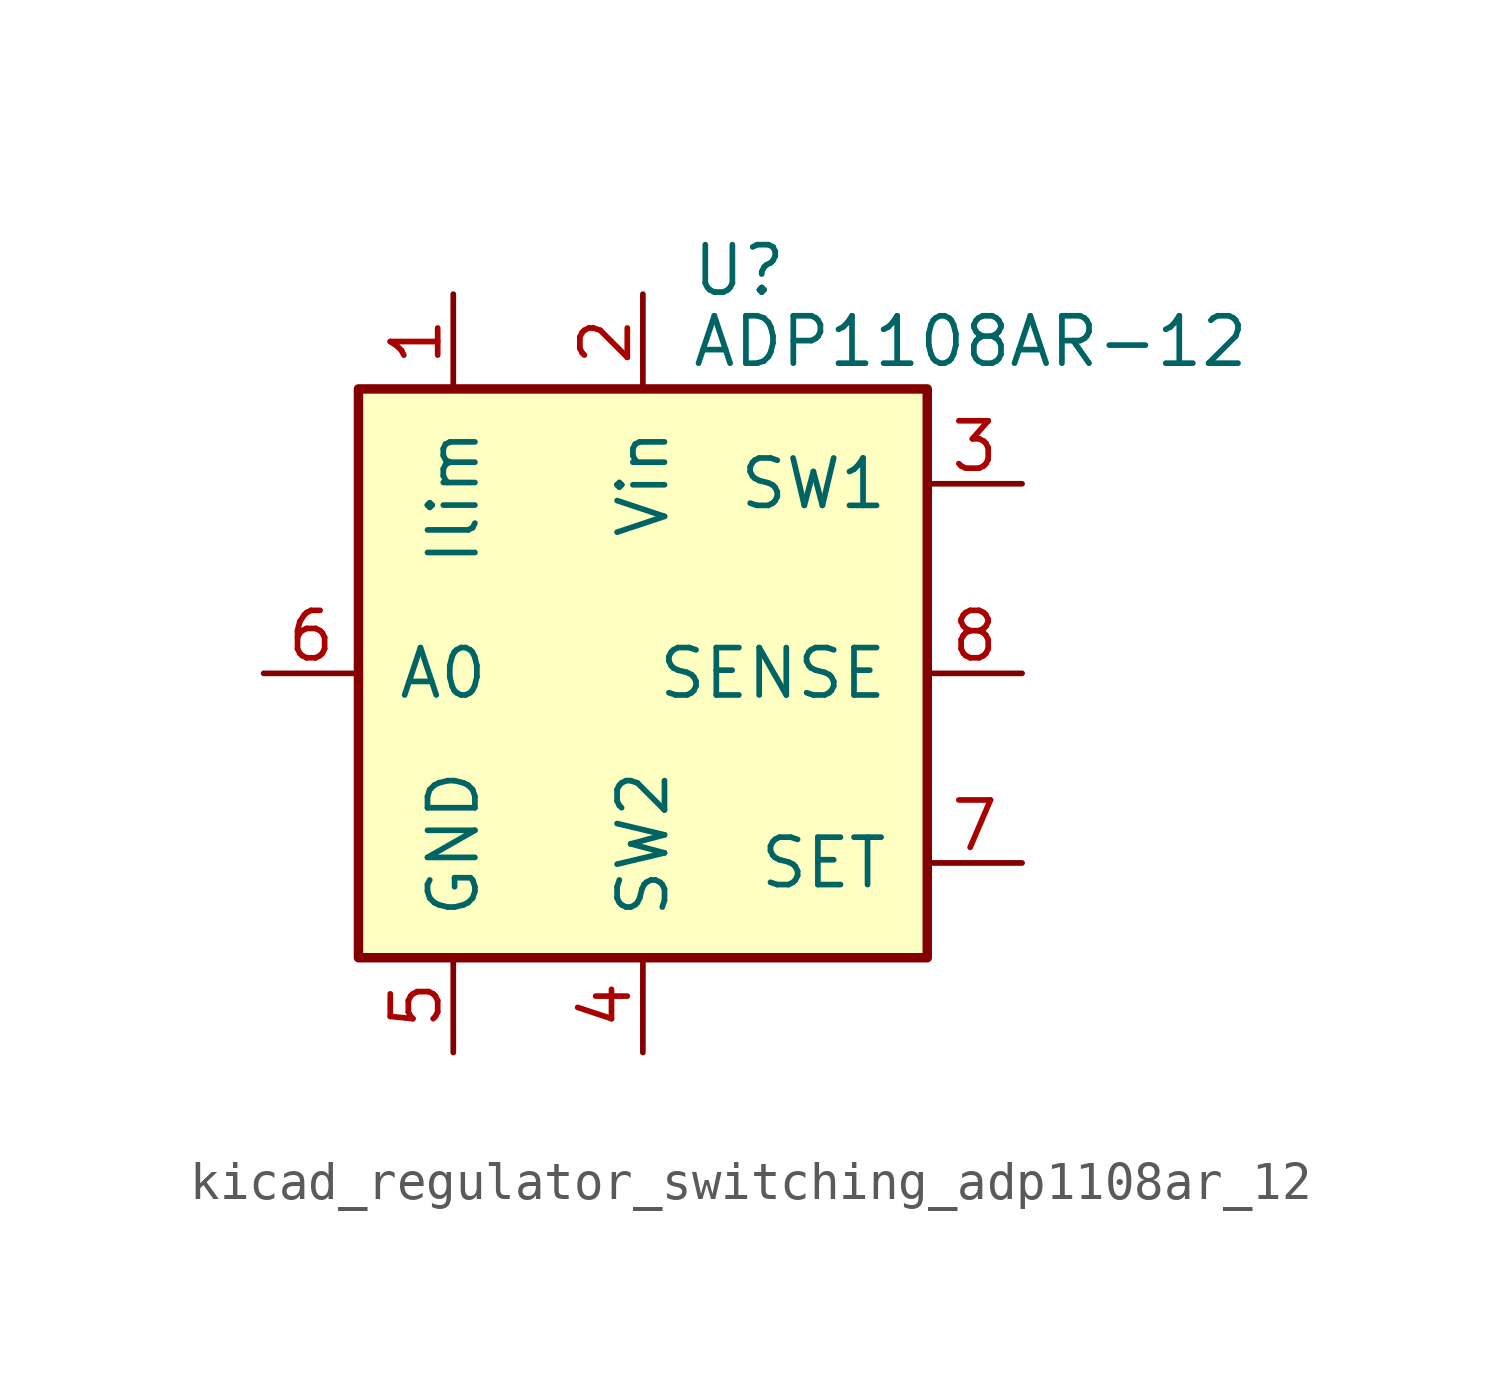
<source format=kicad_sym>
(kicad_symbol_lib
  (version 20220914)
  (generator kicad_symbol_editor)
  (symbol "kicad_regulator_switching_adp1108ar_12"
    (pin_names
      (offset 1.016))
    (property "Reference" "U"
      (at 1.27 10.795 0)
      (effects (font (size 1.27 1.27)) (justify left)))
    (property "Value" "ADP1108AR-12"
      (at 1.27 8.89 0)
      (effects (font (size 1.27 1.27)) (justify left)))
    (symbol "kicad_regulator_switching_adp1108ar_12_0_1"
      (rectangle (start -7.62 7.62) (end 7.62 -7.62) (stroke (width 0.254) (type default)) (fill (type background))))
    (symbol "kicad_regulator_switching_adp1108ar_12_1_1"
      (pin input line (at -5.08 10.16 270) (length 2.54) (name "Ilim" (effects (font (size 1.27 1.27)))) (number "1" (effects (font (size 1.27 1.27)))))
      (pin power_in line (at 0 10.16 270) (length 2.54) (name "Vin" (effects (font (size 1.27 1.27)))) (number "2" (effects (font (size 1.27 1.27)))))
      (pin input line (at 10.16 5.08 180) (length 2.54) (name "SW1" (effects (font (size 1.27 1.27)))) (number "3" (effects (font (size 1.27 1.27)))))
      (pin input line (at 0 -10.16 90) (length 2.54) (name "SW2" (effects (font (size 1.27 1.27)))) (number "4" (effects (font (size 1.27 1.27)))))
      (pin power_in line (at -5.08 -10.16 90) (length 2.54) (name "GND" (effects (font (size 1.27 1.27)))) (number "5" (effects (font (size 1.27 1.27)))))
      (pin output line (at -10.16 0 0) (length 2.54) (name "A0" (effects (font (size 1.27 1.27)))) (number "6" (effects (font (size 1.27 1.27)))))
      (pin input line (at 10.16 -5.08 180) (length 2.54) (name "SET" (effects (font (size 1.27 1.27)))) (number "7" (effects (font (size 1.27 1.27)))))
      (pin input line (at 10.16 0 180) (length 2.54) (name "SENSE" (effects (font (size 1.27 1.27)))) (number "8" (effects (font (size 1.27 1.27))))))))
</source>
